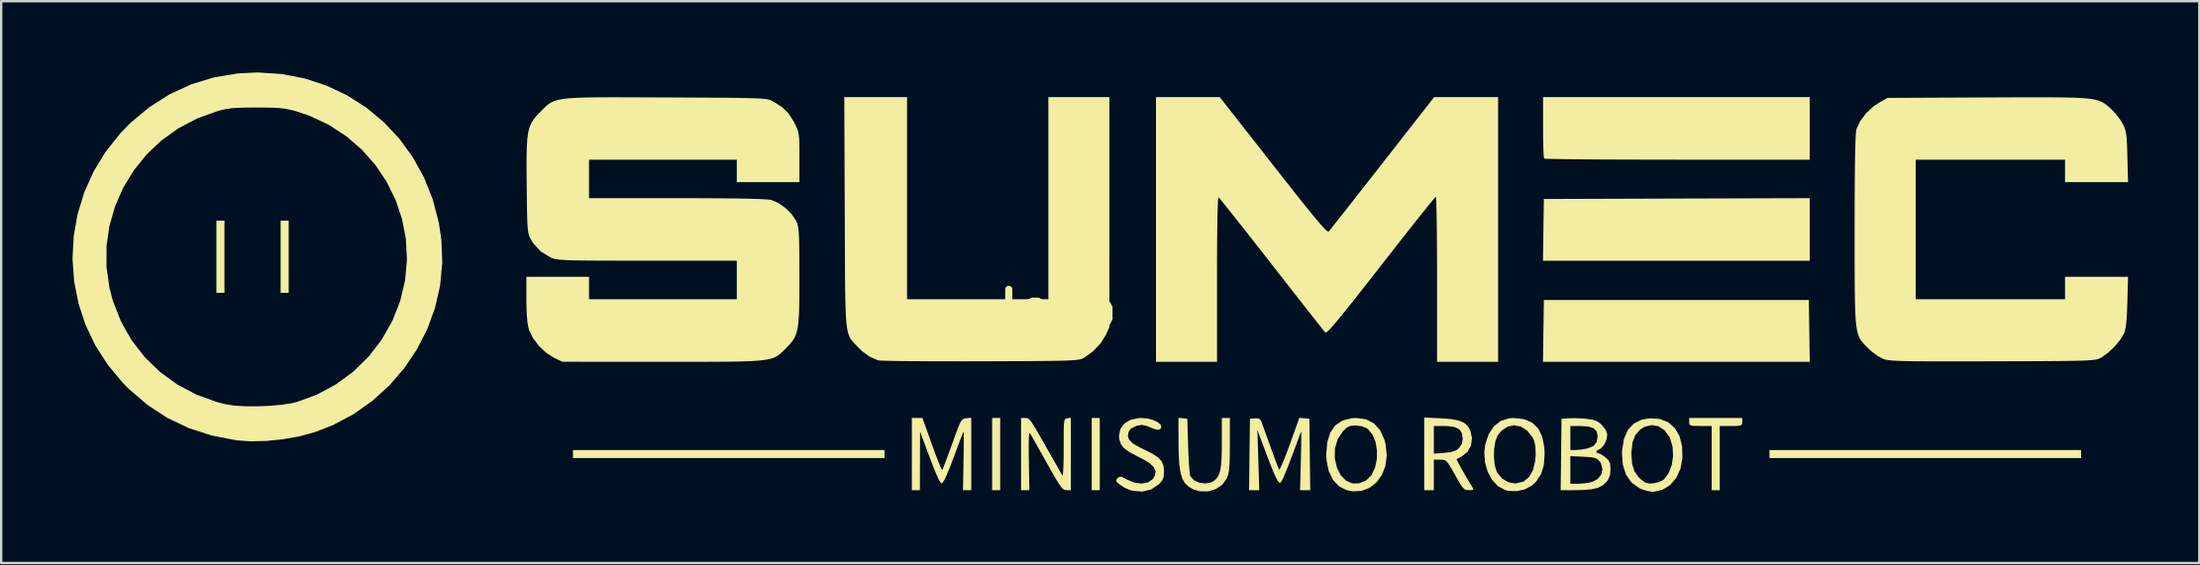
<source format=kicad_pcb>
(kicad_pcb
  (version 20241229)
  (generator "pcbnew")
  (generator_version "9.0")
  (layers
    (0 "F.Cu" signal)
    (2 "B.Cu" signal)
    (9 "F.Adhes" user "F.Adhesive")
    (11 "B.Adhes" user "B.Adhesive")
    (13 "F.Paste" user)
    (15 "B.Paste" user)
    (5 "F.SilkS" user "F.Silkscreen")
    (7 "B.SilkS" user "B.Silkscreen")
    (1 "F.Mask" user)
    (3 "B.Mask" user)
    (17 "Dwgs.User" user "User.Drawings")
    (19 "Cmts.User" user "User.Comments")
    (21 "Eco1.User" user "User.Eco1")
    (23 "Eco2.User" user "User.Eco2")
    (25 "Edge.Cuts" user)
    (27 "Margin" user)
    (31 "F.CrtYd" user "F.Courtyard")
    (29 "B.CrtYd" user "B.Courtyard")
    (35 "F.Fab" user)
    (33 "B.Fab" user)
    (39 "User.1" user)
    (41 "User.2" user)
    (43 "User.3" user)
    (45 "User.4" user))
  (footprint "logo"
    (layer "F.Cu")
    (at 41.45 9.955)
    (property "Reference" "logo" (at 0 0 0) (layer "F.SilkS") (effects (font (size 1.5 1.5) (thickness 0.3))))
    (attr board_only exclude_from_pos_files exclude_from_bom)
    (fp_poly (pts (xy -35.06 -2.195) (xy -35.06 -0.676) (xy -35.229 -0.676) (xy -35.398 -0.676) (xy -35.398 -2.195) (xy -35.398 -3.715) (xy -35.229 -3.715) (xy -35.06 -3.715)) (stroke (width 0) (type solid)) (fill yes) (layer "F.SilkS"))
    (fp_poly (pts (xy -32.358 -2.195) (xy -32.358 -0.676) (xy -32.527 -0.676) (xy -32.696 -0.676) (xy -32.696 -2.195) (xy -32.696 -3.715) (xy -32.527 -3.715) (xy -32.358 -3.715)) (stroke (width 0) (type solid)) (fill yes) (layer "F.SilkS"))
    (fp_poly (pts (xy -7.296 6.114) (xy -7.296 6.282) (xy -13.848 6.282) (xy -20.401 6.282) (xy -20.401 6.114) (xy -20.401 5.945) (xy -13.848 5.945) (xy -7.296 5.945)) (stroke (width 0) (type solid)) (fill yes) (layer "F.SilkS"))
    (fp_poly (pts (xy -2.432 6.114) (xy -2.432 7.634) (xy -2.601 7.634) (xy -2.77 7.634) (xy -2.77 6.114) (xy -2.77 4.594) (xy -2.601 4.594) (xy -2.432 4.594)) (stroke (width 0) (type solid)) (fill yes) (layer "F.SilkS"))
    (fp_poly (pts (xy 1.756 6.114) (xy 1.756 7.634) (xy 1.587 7.634) (xy 1.419 7.634) (xy 1.419 6.114) (xy 1.419 4.594) (xy 1.587 4.594) (xy 1.756 4.594)) (stroke (width 0) (type solid)) (fill yes) (layer "F.SilkS"))
    (fp_poly (pts (xy 31.599 0.929) (xy 31.618 2.229) (xy 26.008 2.229) (xy 20.398 2.229) (xy 20.416 0.929) (xy 20.435 -0.372) (xy 26.008 -0.372) (xy 31.581 -0.372)) (stroke (width 0) (type solid)) (fill yes) (layer "F.SilkS"))
    (fp_poly (pts (xy 31.615 -3.344) (xy 31.615 -2.027) (xy 26.007 -2.027) (xy 20.398 -2.027) (xy 20.416 -3.327) (xy 20.435 -4.627) (xy 26.025 -4.645) (xy 31.615 -4.662)) (stroke (width 0) (type solid)) (fill yes) (layer "F.SilkS"))
    (fp_poly (pts (xy 43.031 6.114) (xy 43.031 6.282) (xy 36.479 6.282) (xy 29.926 6.282) (xy 29.926 6.114) (xy 29.926 5.945) (xy 36.479 5.945) (xy 43.031 5.945)) (stroke (width 0) (type solid)) (fill yes) (layer "F.SilkS"))
    (fp_poly (pts (xy 28.778 4.763) (xy 28.771 4.851) (xy 28.73 4.901) (xy 28.627 4.925) (xy 28.431 4.931) (xy 28.305 4.931) (xy 27.832 4.931) (xy 27.832 6.282) (xy 27.832 7.634) (xy 27.663 7.634) (xy 27.494 7.634) (xy 27.494 6.282) (xy 27.494 4.931) (xy 27.021 4.931) (xy 26.774 4.929) (xy 26.633 4.914) (xy 26.568 4.877) (xy 26.549 4.808) (xy 26.548 4.763) (xy 26.548 4.594) (xy 27.663 4.594) (xy 28.778 4.594)) (stroke (width 0) (type solid)) (fill yes) (layer "F.SilkS"))
    (fp_poly (pts (xy 31.615 -7.6) (xy 31.615 -6.282) (xy 26.053 -6.282) (xy 25.198 -6.283) (xy 24.382 -6.285) (xy 23.615 -6.287) (xy 22.907 -6.29) (xy 22.269 -6.294) (xy 21.71 -6.299) (xy 21.24 -6.305) (xy 20.87 -6.311) (xy 20.61 -6.317) (xy 20.469 -6.324) (xy 20.446 -6.327) (xy 20.432 -6.406) (xy 20.42 -6.598) (xy 20.41 -6.882) (xy 20.403 -7.235) (xy 20.401 -7.635) (xy 20.401 -7.645) (xy 20.401 -8.917) (xy 26.008 -8.917) (xy 31.615 -8.917)) (stroke (width 0) (type solid)) (fill yes) (layer "F.SilkS"))
    (fp_poly (pts (xy 5.252 4.606) (xy 5.438 4.627) (xy 5.473 5.776) (xy 5.488 6.164) (xy 5.507 6.51) (xy 5.528 6.791) (xy 5.55 6.979) (xy 5.565 7.045) (xy 5.713 7.212) (xy 5.94 7.317) (xy 6.2 7.352) (xy 6.446 7.306) (xy 6.545 7.253) (xy 6.667 7.146) (xy 6.757 7.007) (xy 6.821 6.816) (xy 6.861 6.553) (xy 6.883 6.199) (xy 6.89 5.733) (xy 6.89 5.643) (xy 6.89 4.594) (xy 7.059 4.594) (xy 7.228 4.594) (xy 7.227 5.725) (xy 7.224 6.159) (xy 7.216 6.483) (xy 7.201 6.72) (xy 7.176 6.896) (xy 7.138 7.035) (xy 7.094 7.146) (xy 6.907 7.405) (xy 6.635 7.588) (xy 6.31 7.684) (xy 5.966 7.682) (xy 5.708 7.606) (xy 5.503 7.493) (xy 5.345 7.347) (xy 5.229 7.149) (xy 5.149 6.882) (xy 5.1 6.529) (xy 5.075 6.073) (xy 5.069 5.653) (xy 5.066 4.585)) (stroke (width 0) (type solid)) (fill yes) (layer "F.SilkS"))
    (fp_poly (pts (xy 12.955 4.651) (xy 13.288 4.823) (xy 13.545 5.105) (xy 13.725 5.496) (xy 13.782 5.715) (xy 13.827 6.182) (xy 13.771 6.61) (xy 13.625 6.986) (xy 13.403 7.296) (xy 13.117 7.526) (xy 12.779 7.659) (xy 12.402 7.683) (xy 12.133 7.631) (xy 11.815 7.468) (xy 11.565 7.198) (xy 11.389 6.833) (xy 11.296 6.387) (xy 11.292 6.299) (xy 11.642 6.299) (xy 11.734 6.697) (xy 11.896 7.011) (xy 12.114 7.231) (xy 12.372 7.347) (xy 12.657 7.348) (xy 12.954 7.225) (xy 12.977 7.21) (xy 13.188 6.994) (xy 13.332 6.694) (xy 13.408 6.343) (xy 13.417 5.972) (xy 13.359 5.615) (xy 13.233 5.302) (xy 13.039 5.066) (xy 12.983 5.025) (xy 12.791 4.948) (xy 12.549 4.91) (xy 12.506 4.909) (xy 12.302 4.925) (xy 12.152 4.992) (xy 11.994 5.14) (xy 11.984 5.151) (xy 11.761 5.492) (xy 11.646 5.895) (xy 11.642 6.299) (xy 11.292 6.299) (xy 11.283 6.128) (xy 11.324 5.616) (xy 11.452 5.207) (xy 11.665 4.902) (xy 11.966 4.701) (xy 12.352 4.604) (xy 12.552 4.594)) (stroke (width 0) (type solid)) (fill yes) (layer "F.SilkS"))
    (fp_poly (pts (xy 19.593 4.642) (xy 19.939 4.788) (xy 20.197 5.035) (xy 20.368 5.384) (xy 20.455 5.837) (xy 20.467 6.116) (xy 20.432 6.586) (xy 20.316 6.964) (xy 20.111 7.271) (xy 19.924 7.446) (xy 19.638 7.598) (xy 19.291 7.674) (xy 18.941 7.663) (xy 18.814 7.633) (xy 18.511 7.471) (xy 18.261 7.205) (xy 18.073 6.861) (xy 17.959 6.462) (xy 17.944 6.248) (xy 18.334 6.248) (xy 18.369 6.582) (xy 18.449 6.848) (xy 18.463 6.877) (xy 18.672 7.14) (xy 18.942 7.302) (xy 19.244 7.352) (xy 19.551 7.281) (xy 19.593 7.261) (xy 19.821 7.069) (xy 19.984 6.772) (xy 20.074 6.385) (xy 20.091 6.112) (xy 20.078 5.793) (xy 20.03 5.562) (xy 19.96 5.409) (xy 19.733 5.126) (xy 19.465 4.956) (xy 19.179 4.901) (xy 18.896 4.963) (xy 18.639 5.142) (xy 18.49 5.332) (xy 18.396 5.574) (xy 18.343 5.896) (xy 18.334 6.248) (xy 17.944 6.248) (xy 17.929 6.034) (xy 17.968 5.715) (xy 18.11 5.281) (xy 18.331 4.947) (xy 18.624 4.719) (xy 18.981 4.606) (xy 19.157 4.594)) (stroke (width 0) (type solid)) (fill yes) (layer "F.SilkS"))
    (fp_poly (pts (xy -3.648 6.109) (xy -3.648 7.634) (xy -3.822 7.634) (xy -3.996 7.634) (xy -3.974 6.389) (xy -3.968 5.998) (xy -3.965 5.66) (xy -3.966 5.395) (xy -3.969 5.224) (xy -3.975 5.168) (xy -4.005 5.236) (xy -4.073 5.41) (xy -4.171 5.668) (xy -4.291 5.989) (xy -4.391 6.261) (xy -4.544 6.662) (xy -4.677 6.984) (xy -4.785 7.213) (xy -4.861 7.334) (xy -4.882 7.35) (xy -4.937 7.315) (xy -5.015 7.188) (xy -5.121 6.958) (xy -5.259 6.615) (xy -5.391 6.269) (xy -5.802 5.168) (xy -5.806 6.401) (xy -5.81 7.634) (xy -5.978 7.634) (xy -6.147 7.634) (xy -6.147 6.114) (xy -6.147 4.594) (xy -5.925 4.594) (xy -5.702 4.594) (xy -5.304 5.707) (xy -5.174 6.065) (xy -5.057 6.371) (xy -4.962 6.605) (xy -4.896 6.748) (xy -4.87 6.784) (xy -4.836 6.711) (xy -4.765 6.532) (xy -4.666 6.27) (xy -4.547 5.946) (xy -4.453 5.687) (xy -4.313 5.298) (xy -4.208 5.017) (xy -4.129 4.827) (xy -4.064 4.71) (xy -4.004 4.646) (xy -3.939 4.617) (xy -3.861 4.606) (xy -3.648 4.585)) (stroke (width 0) (type solid)) (fill yes) (layer "F.SilkS"))
    (fp_poly (pts (xy 25.317 4.636) (xy 25.67 4.778) (xy 25.947 5.023) (xy 26.143 5.363) (xy 26.25 5.79) (xy 26.262 6.293) (xy 26.178 6.737) (xy 26.003 7.115) (xy 25.751 7.411) (xy 25.436 7.611) (xy 25.072 7.698) (xy 24.995 7.701) (xy 24.785 7.669) (xy 24.542 7.59) (xy 24.452 7.549) (xy 24.124 7.312) (xy 23.891 6.981) (xy 23.756 6.564) (xy 23.724 6.114) (xy 24.116 6.114) (xy 24.146 6.519) (xy 24.241 6.832) (xy 24.415 7.083) (xy 24.526 7.188) (xy 24.7 7.311) (xy 24.863 7.354) (xy 25.045 7.345) (xy 25.264 7.295) (xy 25.445 7.212) (xy 25.48 7.186) (xy 25.681 6.924) (xy 25.813 6.582) (xy 25.87 6.196) (xy 25.848 5.804) (xy 25.741 5.444) (xy 25.721 5.402) (xy 25.517 5.117) (xy 25.261 4.945) (xy 24.975 4.892) (xy 24.678 4.963) (xy 24.483 5.083) (xy 24.284 5.308) (xy 24.164 5.619) (xy 24.118 6.029) (xy 24.116 6.114) (xy 23.724 6.114) (xy 23.721 6.067) (xy 23.727 5.945) (xy 23.807 5.468) (xy 23.97 5.096) (xy 24.219 4.828) (xy 24.554 4.664) (xy 24.897 4.606)) (stroke (width 0) (type solid)) (fill yes) (layer "F.SilkS"))
    (fp_poly (pts (xy 10.361 4.607) (xy 10.572 4.627) (xy 10.59 6.13) (xy 10.608 7.634) (xy 10.395 7.634) (xy 10.181 7.634) (xy 10.215 6.367) (xy 10.224 5.976) (xy 10.23 5.641) (xy 10.232 5.381) (xy 10.23 5.217) (xy 10.224 5.167) (xy 10.223 5.168) (xy 10.005 5.756) (xy 9.828 6.229) (xy 9.686 6.6) (xy 9.575 6.879) (xy 9.49 7.079) (xy 9.426 7.212) (xy 9.378 7.29) (xy 9.341 7.324) (xy 9.321 7.33) (xy 9.255 7.267) (xy 9.154 7.078) (xy 9.017 6.763) (xy 8.842 6.319) (xy 8.803 6.215) (xy 8.385 5.1) (xy 8.425 6.367) (xy 8.465 7.634) (xy 8.251 7.634) (xy 8.036 7.634) (xy 8.054 6.13) (xy 8.073 4.627) (xy 8.284 4.607) (xy 8.443 4.612) (xy 8.53 4.693) (xy 8.565 4.776) (xy 8.613 4.909) (xy 8.696 5.139) (xy 8.803 5.436) (xy 8.923 5.769) (xy 8.946 5.836) (xy 9.063 6.159) (xy 9.167 6.439) (xy 9.247 6.648) (xy 9.294 6.762) (xy 9.3 6.773) (xy 9.334 6.735) (xy 9.405 6.588) (xy 9.505 6.351) (xy 9.625 6.042) (xy 9.746 5.713) (xy 10.151 4.586)) (stroke (width 0) (type solid)) (fill yes) (layer "F.SilkS"))
    (fp_poly (pts (xy 0.54 6.109) (xy 0.54 7.634) (xy 0.355 7.633) (xy 0.286 7.625) (xy 0.218 7.589) (xy 0.141 7.511) (xy 0.043 7.374) (xy -0.087 7.164) (xy -0.259 6.865) (xy -0.473 6.485) (xy -0.676 6.123) (xy -0.859 5.797) (xy -1.012 5.527) (xy -1.123 5.334) (xy -1.18 5.237) (xy -1.182 5.234) (xy -1.208 5.25) (xy -1.224 5.392) (xy -1.232 5.661) (xy -1.232 6.061) (xy -1.227 6.382) (xy -1.205 7.634) (xy -1.379 7.634) (xy -1.554 7.634) (xy -1.554 6.114) (xy -1.554 4.594) (xy -1.386 4.594) (xy -1.324 4.595) (xy -1.269 4.609) (xy -1.213 4.649) (xy -1.143 4.73) (xy -1.052 4.866) (xy -0.927 5.071) (xy -0.759 5.36) (xy -0.539 5.747) (xy -0.445 5.911) (xy -0.253 6.249) (xy -0.081 6.551) (xy 0.058 6.794) (xy 0.152 6.958) (xy 0.186 7.017) (xy 0.203 6.983) (xy 0.217 6.833) (xy 0.229 6.586) (xy 0.236 6.261) (xy 0.238 5.877) (xy 0.238 5.868) (xy 0.238 5.431) (xy 0.24 5.111) (xy 0.247 4.888) (xy 0.261 4.746) (xy 0.284 4.664) (xy 0.318 4.625) (xy 0.365 4.609) (xy 0.388 4.606) (xy 0.54 4.584)) (stroke (width 0) (type solid)) (fill yes) (layer "F.SilkS"))
    (fp_poly (pts (xy -6.35 -4.661) (xy -6.35 -0.405) (xy -3.378 -0.405) (xy -0.405 -0.405) (xy -0.405 -4.661) (xy -0.405 -8.917) (xy 0.878 -8.917) (xy 2.162 -8.917) (xy 2.161 -4.07) (xy 2.16 0.777) (xy 2.003 1.115) (xy 1.789 1.453) (xy 1.485 1.774) (xy 1.134 2.036) (xy 1.068 2.073) (xy 1.015 2.099) (xy 0.947 2.12) (xy 0.855 2.139) (xy 0.727 2.154) (xy 0.554 2.166) (xy 0.325 2.177) (xy 0.029 2.185) (xy -0.344 2.191) (xy -0.805 2.196) (xy -1.363 2.2) (xy -2.031 2.203) (xy -2.818 2.206) (xy -3.276 2.208) (xy -4.015 2.209) (xy -4.716 2.208) (xy -5.368 2.207) (xy -5.959 2.203) (xy -6.476 2.198) (xy -6.908 2.192) (xy -7.241 2.185) (xy -7.465 2.177) (xy -7.565 2.167) (xy -7.566 2.167) (xy -7.94 2.005) (xy -8.277 1.75) (xy -8.428 1.597) (xy -8.525 1.494) (xy -8.609 1.405) (xy -8.682 1.318) (xy -8.743 1.225) (xy -8.795 1.116) (xy -8.837 0.98) (xy -8.872 0.808) (xy -8.899 0.591) (xy -8.92 0.318) (xy -8.935 -0.02) (xy -8.946 -0.434) (xy -8.954 -0.933) (xy -8.959 -1.527) (xy -8.963 -2.225) (xy -8.966 -3.038) (xy -8.969 -3.976) (xy -8.97 -4.07) (xy -8.989 -8.917) (xy -7.669 -8.917) (xy -6.35 -8.917)) (stroke (width 0) (type solid)) (fill yes) (layer "F.SilkS"))
    (fp_poly (pts (xy 16.095 4.607) (xy 16.527 4.64) (xy 16.847 4.699) (xy 17.075 4.793) (xy 17.232 4.931) (xy 17.339 5.118) (xy 17.412 5.441) (xy 17.37 5.752) (xy 17.225 6.019) (xy 16.985 6.212) (xy 16.982 6.213) (xy 16.841 6.285) (xy 16.765 6.325) (xy 16.764 6.326) (xy 16.786 6.385) (xy 16.861 6.531) (xy 16.974 6.737) (xy 17.108 6.972) (xy 17.246 7.209) (xy 17.374 7.418) (xy 17.414 7.482) (xy 17.471 7.584) (xy 17.442 7.625) (xy 17.304 7.632) (xy 17.284 7.632) (xy 17.181 7.625) (xy 17.096 7.591) (xy 17.013 7.509) (xy 16.91 7.358) (xy 16.771 7.118) (xy 16.699 6.99) (xy 16.54 6.709) (xy 16.427 6.526) (xy 16.34 6.418) (xy 16.258 6.367) (xy 16.162 6.351) (xy 16.074 6.35) (xy 15.807 6.35) (xy 15.807 6.992) (xy 15.807 7.634) (xy 15.605 7.634) (xy 15.402 7.634) (xy 15.402 6.105) (xy 15.402 4.931) (xy 15.807 4.931) (xy 15.807 5.515) (xy 15.807 6.098) (xy 16.251 6.063) (xy 16.537 6.026) (xy 16.73 5.964) (xy 16.859 5.873) (xy 16.994 5.673) (xy 17.022 5.477) (xy 16.99 5.237) (xy 16.884 5.074) (xy 16.688 4.977) (xy 16.386 4.935) (xy 16.217 4.931) (xy 15.807 4.931) (xy 15.402 4.931) (xy 15.402 4.576)) (stroke (width 0) (type solid)) (fill yes) (layer "F.SilkS"))
    (fp_poly (pts (xy 3.778 4.619) (xy 4.017 4.685) (xy 4.207 4.78) (xy 4.324 4.888) (xy 4.345 4.997) (xy 4.3 5.058) (xy 4.208 5.092) (xy 4.061 5.063) (xy 3.884 4.992) (xy 3.671 4.908) (xy 3.512 4.885) (xy 3.344 4.914) (xy 3.297 4.927) (xy 3.066 5.041) (xy 2.971 5.172) (xy 2.937 5.354) (xy 2.993 5.514) (xy 3.152 5.667) (xy 3.425 5.828) (xy 3.596 5.91) (xy 3.955 6.088) (xy 4.202 6.249) (xy 4.356 6.414) (xy 4.436 6.602) (xy 4.458 6.835) (xy 4.459 6.842) (xy 4.446 7.063) (xy 4.39 7.215) (xy 4.263 7.362) (xy 4.227 7.396) (xy 3.913 7.605) (xy 3.545 7.693) (xy 3.139 7.658) (xy 2.998 7.619) (xy 2.795 7.527) (xy 2.597 7.398) (xy 2.593 7.394) (xy 2.47 7.285) (xy 2.444 7.212) (xy 2.501 7.133) (xy 2.505 7.129) (xy 2.579 7.07) (xy 2.663 7.068) (xy 2.798 7.128) (xy 2.91 7.191) (xy 3.222 7.319) (xy 3.523 7.356) (xy 3.787 7.304) (xy 3.988 7.168) (xy 4.08 7.012) (xy 4.102 6.833) (xy 4.029 6.665) (xy 3.85 6.497) (xy 3.556 6.317) (xy 3.341 6.21) (xy 2.999 6.029) (xy 2.769 5.86) (xy 2.634 5.68) (xy 2.574 5.469) (xy 2.567 5.338) (xy 2.627 5.048) (xy 2.798 4.82) (xy 3.066 4.666) (xy 3.417 4.596) (xy 3.513 4.594)) (stroke (width 0) (type solid)) (fill yes) (layer "F.SilkS"))
    (fp_poly (pts (xy 22.015 4.612) (xy 22.222 4.629) (xy 22.482 4.666) (xy 22.659 4.725) (xy 22.805 4.826) (xy 22.88 4.898) (xy 23.044 5.108) (xy 23.103 5.298) (xy 23.103 5.3) (xy 23.063 5.525) (xy 22.961 5.736) (xy 22.825 5.881) (xy 22.766 5.911) (xy 22.656 5.975) (xy 22.637 6.045) (xy 22.719 6.08) (xy 22.726 6.08) (xy 22.837 6.121) (xy 22.99 6.222) (xy 23.03 6.255) (xy 23.161 6.385) (xy 23.222 6.525) (xy 23.238 6.732) (xy 23.238 6.756) (xy 23.215 7.01) (xy 23.13 7.202) (xy 23.065 7.289) (xy 22.906 7.435) (xy 22.701 7.536) (xy 22.426 7.599) (xy 22.057 7.628) (xy 21.768 7.633) (xy 21.142 7.634) (xy 21.159 6.201) (xy 21.549 6.201) (xy 21.549 6.782) (xy 21.549 7.363) (xy 21.87 7.363) (xy 22.13 7.347) (xy 22.382 7.307) (xy 22.443 7.293) (xy 22.693 7.168) (xy 22.849 6.976) (xy 22.901 6.746) (xy 22.837 6.506) (xy 22.772 6.409) (xy 22.69 6.328) (xy 22.581 6.276) (xy 22.413 6.246) (xy 22.148 6.228) (xy 22.097 6.225) (xy 21.549 6.201) (xy 21.159 6.201) (xy 21.16 6.13) (xy 21.174 4.931) (xy 21.549 4.931) (xy 21.549 5.438) (xy 21.549 5.945) (xy 21.769 5.943) (xy 21.986 5.926) (xy 22.228 5.886) (xy 22.257 5.879) (xy 22.51 5.78) (xy 22.652 5.617) (xy 22.698 5.371) (xy 22.698 5.361) (xy 22.657 5.16) (xy 22.527 5.026) (xy 22.295 4.952) (xy 21.974 4.931) (xy 21.549 4.931) (xy 21.174 4.931) (xy 21.178 4.627) (xy 21.482 4.605) (xy 21.72 4.6)) (stroke (width 0) (type solid)) (fill yes) (layer "F.SilkS"))
    (fp_poly (pts (xy 9.054 -6.043) (xy 9.562 -5.396) (xy 9.993 -4.849) (xy 10.354 -4.396) (xy 10.65 -4.029) (xy 10.887 -3.742) (xy 11.071 -3.528) (xy 11.207 -3.38) (xy 11.302 -3.29) (xy 11.36 -3.253) (xy 11.386 -3.257) (xy 11.442 -3.325) (xy 11.573 -3.49) (xy 11.771 -3.741) (xy 12.028 -4.068) (xy 12.336 -4.46) (xy 12.687 -4.907) (xy 13.072 -5.399) (xy 13.484 -5.926) (xy 13.644 -6.13) (xy 15.821 -8.917) (xy 17.166 -8.917) (xy 18.51 -8.917) (xy 18.51 -3.344) (xy 18.51 2.229) (xy 17.226 2.229) (xy 15.943 2.229) (xy 15.943 -1.25) (xy 15.942 -1.921) (xy 15.939 -2.549) (xy 15.935 -3.122) (xy 15.929 -3.628) (xy 15.922 -4.052) (xy 15.914 -4.384) (xy 15.905 -4.61) (xy 15.895 -4.718) (xy 15.892 -4.725) (xy 15.842 -4.673) (xy 15.717 -4.523) (xy 15.525 -4.286) (xy 15.273 -3.972) (xy 14.969 -3.589) (xy 14.621 -3.149) (xy 14.237 -2.659) (xy 13.824 -2.131) (xy 13.581 -1.82) (xy 13.069 -1.164) (xy 12.634 -0.61) (xy 12.269 -0.149) (xy 11.97 0.223) (xy 11.73 0.515) (xy 11.545 0.732) (xy 11.408 0.881) (xy 11.315 0.968) (xy 11.26 1.001) (xy 11.242 0.997) (xy 11.186 0.929) (xy 11.055 0.764) (xy 10.858 0.513) (xy 10.601 0.187) (xy 10.294 -0.205) (xy 9.944 -0.652) (xy 9.559 -1.144) (xy 9.148 -1.671) (xy 8.991 -1.871) (xy 8.573 -2.407) (xy 8.179 -2.91) (xy 7.817 -3.37) (xy 7.495 -3.779) (xy 7.22 -4.124) (xy 7.002 -4.397) (xy 6.847 -4.588) (xy 6.765 -4.685) (xy 6.754 -4.696) (xy 6.738 -4.639) (xy 6.724 -4.451) (xy 6.712 -4.133) (xy 6.702 -3.689) (xy 6.695 -3.121) (xy 6.69 -2.432) (xy 6.688 -1.626) (xy 6.688 -1.254) (xy 6.688 2.229) (xy 5.404 2.229) (xy 4.121 2.229) (xy 4.121 -3.344) (xy 4.121 -8.917) (xy 5.462 -8.917) (xy 6.803 -8.917)) (stroke (width 0) (type solid)) (fill yes) (layer "F.SilkS"))
    (fp_poly (pts (xy 41.983 -8.906) (xy 42.451 -8.9) (xy 42.837 -8.888) (xy 43.151 -8.87) (xy 43.403 -8.845) (xy 43.603 -8.812) (xy 43.764 -8.77) (xy 43.893 -8.718) (xy 44.003 -8.656) (xy 44.104 -8.582) (xy 44.206 -8.496) (xy 44.273 -8.437) (xy 44.485 -8.217) (xy 44.682 -7.959) (xy 44.771 -7.811) (xy 44.84 -7.67) (xy 44.89 -7.537) (xy 44.924 -7.385) (xy 44.947 -7.187) (xy 44.962 -6.916) (xy 44.974 -6.545) (xy 44.978 -6.401) (xy 45.005 -5.337) (xy 43.68 -5.337) (xy 42.356 -5.337) (xy 42.356 -5.81) (xy 42.356 -6.282) (xy 39.215 -6.282) (xy 36.073 -6.282) (xy 36.073 -3.344) (xy 36.073 -0.405) (xy 39.215 -0.405) (xy 42.356 -0.405) (xy 42.356 -0.878) (xy 42.356 -1.351) (xy 43.68 -1.351) (xy 45.005 -1.351) (xy 44.977 -0.287) (xy 44.96 0.182) (xy 44.937 0.534) (xy 44.905 0.791) (xy 44.861 0.97) (xy 44.84 1.026) (xy 44.679 1.296) (xy 44.441 1.584) (xy 44.167 1.847) (xy 43.898 2.038) (xy 43.879 2.049) (xy 43.821 2.079) (xy 43.761 2.104) (xy 43.688 2.126) (xy 43.591 2.143) (xy 43.46 2.158) (xy 43.284 2.17) (xy 43.054 2.18) (xy 42.758 2.187) (xy 42.386 2.193) (xy 41.928 2.197) (xy 41.374 2.201) (xy 40.713 2.204) (xy 39.934 2.206) (xy 39.316 2.208) (xy 38.435 2.21) (xy 37.68 2.211) (xy 37.038 2.211) (xy 36.501 2.209) (xy 36.058 2.206) (xy 35.699 2.2) (xy 35.412 2.192) (xy 35.189 2.182) (xy 35.019 2.169) (xy 34.891 2.153) (xy 34.796 2.134) (xy 34.724 2.113) (xy 34.482 1.988) (xy 34.214 1.787) (xy 34.077 1.661) (xy 33.964 1.548) (xy 33.866 1.446) (xy 33.784 1.344) (xy 33.715 1.231) (xy 33.659 1.097) (xy 33.613 0.93) (xy 33.578 0.721) (xy 33.551 0.457) (xy 33.532 0.129) (xy 33.52 -0.275) (xy 33.512 -0.765) (xy 33.508 -1.352) (xy 33.506 -2.047) (xy 33.506 -2.861) (xy 33.506 -3.331) (xy 33.507 -4.291) (xy 33.511 -5.12) (xy 33.516 -5.822) (xy 33.524 -6.401) (xy 33.535 -6.86) (xy 33.548 -7.204) (xy 33.563 -7.437) (xy 33.581 -7.563) (xy 33.583 -7.569) (xy 33.739 -7.905) (xy 33.991 -8.239) (xy 34.303 -8.529) (xy 34.52 -8.674) (xy 34.891 -8.883) (xy 39.072 -8.902) (xy 39.976 -8.906) (xy 40.756 -8.909) (xy 41.421 -8.909)) (stroke (width 0) (type solid)) (fill yes) (layer "F.SilkS"))
    (fp_poly (pts (xy -32.659 -9.89) (xy -31.684 -9.702) (xy -30.758 -9.397) (xy -29.888 -8.983) (xy -29.082 -8.466) (xy -28.349 -7.854) (xy -27.695 -7.155) (xy -27.13 -6.374) (xy -26.661 -5.52) (xy -26.295 -4.6) (xy -26.041 -3.621) (xy -25.934 -2.898) (xy -25.898 -1.928) (xy -25.991 -0.971) (xy -26.204 -0.039) (xy -26.531 0.857) (xy -26.965 1.707) (xy -27.499 2.501) (xy -28.126 3.227) (xy -28.839 3.874) (xy -29.63 4.433) (xy -30.493 4.893) (xy -31.268 5.194) (xy -31.903 5.365) (xy -32.595 5.489) (xy -33.3 5.561) (xy -33.974 5.577) (xy -34.553 5.535) (xy -35.596 5.332) (xy -36.564 5.018) (xy -37.464 4.589) (xy -38.3 4.042) (xy -39.076 3.376) (xy -39.317 3.133) (xy -39.963 2.362) (xy -40.493 1.535) (xy -40.906 0.662) (xy -41.203 -0.245) (xy -41.384 -1.174) (xy -41.426 -1.773) (xy -40.021 -1.773) (xy -39.899 -0.897) (xy -39.749 -0.328) (xy -39.41 0.535) (xy -38.961 1.325) (xy -38.41 2.036) (xy -37.766 2.66) (xy -37.037 3.188) (xy -36.232 3.613) (xy -35.361 3.927) (xy -34.993 4.02) (xy -34.636 4.073) (xy -34.187 4.1) (xy -33.684 4.103) (xy -33.168 4.082) (xy -32.677 4.04) (xy -32.252 3.977) (xy -32.02 3.923) (xy -31.164 3.608) (xy -30.368 3.178) (xy -29.643 2.644) (xy -29 2.015) (xy -28.449 1.301) (xy -28.001 0.514) (xy -27.669 -0.328) (xy -27.462 -1.203) (xy -27.384 -2.077) (xy -27.428 -2.941) (xy -27.59 -3.782) (xy -27.862 -4.59) (xy -28.239 -5.354) (xy -28.715 -6.063) (xy -29.284 -6.706) (xy -29.94 -7.273) (xy -30.676 -7.753) (xy -31.488 -8.134) (xy -32.054 -8.323) (xy -32.283 -8.384) (xy -32.5 -8.426) (xy -32.736 -8.454) (xy -33.024 -8.47) (xy -33.393 -8.477) (xy -33.709 -8.478) (xy -34.153 -8.475) (xy -34.493 -8.466) (xy -34.761 -8.447) (xy -34.987 -8.415) (xy -35.205 -8.367) (xy -35.364 -8.323) (xy -36.221 -8.012) (xy -37.008 -7.596) (xy -37.717 -7.085) (xy -38.343 -6.49) (xy -38.88 -5.822) (xy -39.322 -5.093) (xy -39.663 -4.312) (xy -39.898 -3.491) (xy -40.019 -2.641) (xy -40.021 -1.773) (xy -41.426 -1.773) (xy -41.45 -2.116) (xy -41.4 -3.059) (xy -41.236 -3.991) (xy -40.957 -4.902) (xy -40.564 -5.781) (xy -40.057 -6.616) (xy -39.436 -7.396) (xy -39.006 -7.837) (xy -38.217 -8.495) (xy -37.366 -9.035) (xy -36.46 -9.452) (xy -35.503 -9.746) (xy -34.502 -9.913) (xy -33.675 -9.955)) (stroke (width 0) (type solid)) (fill yes) (layer "F.SilkS"))
    (fp_poly (pts (xy -18.152 -8.909) (xy -17.37 -8.906) (xy -16.463 -8.902) (xy -16.442 -8.902) (xy -15.587 -8.898) (xy -14.857 -8.894) (xy -14.24 -8.891) (xy -13.727 -8.886) (xy -13.307 -8.88) (xy -12.969 -8.873) (xy -12.703 -8.865) (xy -12.497 -8.854) (xy -12.343 -8.84) (xy -12.228 -8.824) (xy -12.142 -8.804) (xy -12.075 -8.78) (xy -12.016 -8.752) (xy -11.983 -8.734) (xy -11.613 -8.501) (xy -11.338 -8.232) (xy -11.115 -7.886) (xy -11.083 -7.823) (xy -11.004 -7.661) (xy -10.948 -7.523) (xy -10.912 -7.38) (xy -10.89 -7.206) (xy -10.88 -6.971) (xy -10.876 -6.648) (xy -10.876 -6.373) (xy -10.876 -5.337) (xy -12.193 -5.337) (xy -13.511 -5.337) (xy -13.511 -5.81) (xy -13.511 -6.282) (xy -16.618 -6.282) (xy -19.726 -6.282) (xy -19.726 -5.472) (xy -19.726 -4.661) (xy -16.04 -4.661) (xy -15.083 -4.66) (xy -14.259 -4.656) (xy -13.567 -4.649) (xy -13.005 -4.639) (xy -12.572 -4.626) (xy -12.266 -4.61) (xy -12.084 -4.592) (xy -12.055 -4.586) (xy -11.761 -4.46) (xy -11.46 -4.245) (xy -11.195 -3.98) (xy -11.01 -3.7) (xy -11.003 -3.684) (xy -10.967 -3.595) (xy -10.939 -3.489) (xy -10.917 -3.353) (xy -10.902 -3.168) (xy -10.891 -2.92) (xy -10.884 -2.592) (xy -10.88 -2.167) (xy -10.878 -1.631) (xy -10.878 -1.38) (xy -10.878 -0.734) (xy -10.883 -0.207) (xy -10.895 0.217) (xy -10.918 0.554) (xy -10.953 0.82) (xy -11.005 1.031) (xy -11.076 1.204) (xy -11.17 1.354) (xy -11.289 1.497) (xy -11.436 1.649) (xy -11.446 1.659) (xy -11.556 1.77) (xy -11.655 1.866) (xy -11.754 1.947) (xy -11.863 2.015) (xy -11.993 2.072) (xy -12.154 2.117) (xy -12.356 2.153) (xy -12.61 2.18) (xy -12.928 2.2) (xy -13.318 2.214) (xy -13.791 2.222) (xy -14.359 2.227) (xy -15.031 2.229) (xy -15.819 2.229) (xy -16.647 2.229) (xy -20.84 2.228) (xy -21.179 2.07) (xy -21.513 1.86) (xy -21.826 1.567) (xy -22.083 1.23) (xy -22.249 0.888) (xy -22.258 0.859) (xy -22.313 0.588) (xy -22.346 0.205) (xy -22.36 -0.3) (xy -22.36 -0.418) (xy -22.36 -1.351) (xy -21.043 -1.351) (xy -19.726 -1.351) (xy -19.726 -0.878) (xy -19.726 -0.405) (xy -16.618 -0.405) (xy -13.511 -0.405) (xy -13.511 -1.216) (xy -13.511 -2.027) (xy -17.277 -2.028) (xy -18.086 -2.029) (xy -18.772 -2.03) (xy -19.346 -2.031) (xy -19.818 -2.035) (xy -20.201 -2.039) (xy -20.505 -2.046) (xy -20.741 -2.056) (xy -20.922 -2.068) (xy -21.058 -2.083) (xy -21.161 -2.102) (xy -21.243 -2.125) (xy -21.313 -2.152) (xy -21.347 -2.167) (xy -21.758 -2.419) (xy -22.073 -2.762) (xy -22.181 -2.939) (xy -22.223 -3.023) (xy -22.256 -3.113) (xy -22.282 -3.224) (xy -22.301 -3.375) (xy -22.316 -3.581) (xy -22.327 -3.858) (xy -22.335 -4.223) (xy -22.341 -4.692) (xy -22.347 -5.193) (xy -22.353 -5.844) (xy -22.352 -6.377) (xy -22.342 -6.807) (xy -22.321 -7.151) (xy -22.284 -7.424) (xy -22.228 -7.644) (xy -22.151 -7.827) (xy -22.049 -7.988) (xy -21.92 -8.143) (xy -21.759 -8.31) (xy -21.749 -8.321) (xy -21.634 -8.437) (xy -21.53 -8.538) (xy -21.428 -8.623) (xy -21.315 -8.695) (xy -21.183 -8.754) (xy -21.02 -8.801) (xy -20.817 -8.839) (xy -20.562 -8.867) (xy -20.245 -8.887) (xy -19.856 -8.9) (xy -19.385 -8.907) (xy -18.82 -8.91)) (stroke (width 0) (type solid)) (fill yes) (layer "F.SilkS")))
  (gr_rect
    (start -3 -3)
    (end 89.454 20.656)
    (stroke (width 0.1) (type default))
    (fill no)
    (layer "Edge.Cuts")))
</source>
